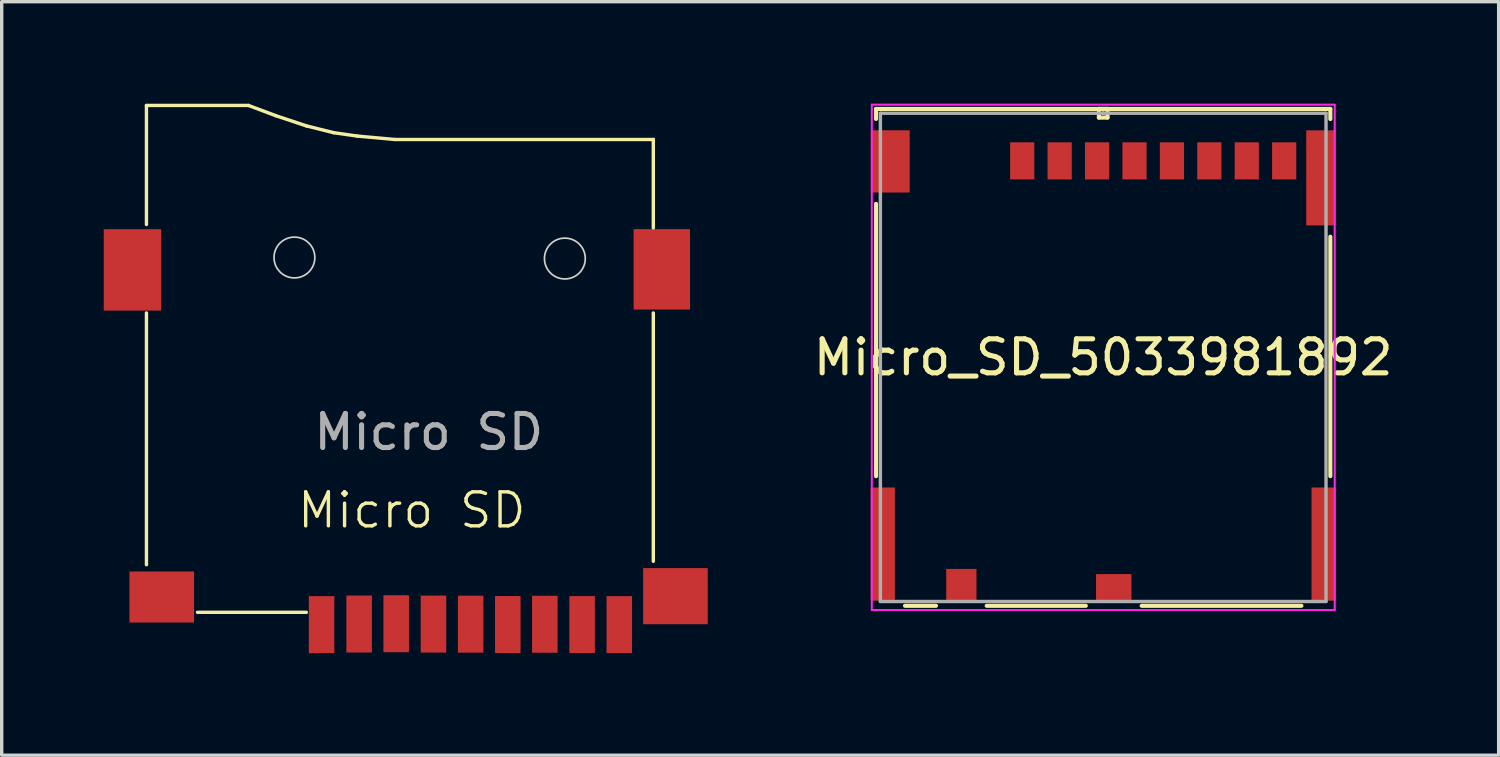
<source format=kicad_pcb>
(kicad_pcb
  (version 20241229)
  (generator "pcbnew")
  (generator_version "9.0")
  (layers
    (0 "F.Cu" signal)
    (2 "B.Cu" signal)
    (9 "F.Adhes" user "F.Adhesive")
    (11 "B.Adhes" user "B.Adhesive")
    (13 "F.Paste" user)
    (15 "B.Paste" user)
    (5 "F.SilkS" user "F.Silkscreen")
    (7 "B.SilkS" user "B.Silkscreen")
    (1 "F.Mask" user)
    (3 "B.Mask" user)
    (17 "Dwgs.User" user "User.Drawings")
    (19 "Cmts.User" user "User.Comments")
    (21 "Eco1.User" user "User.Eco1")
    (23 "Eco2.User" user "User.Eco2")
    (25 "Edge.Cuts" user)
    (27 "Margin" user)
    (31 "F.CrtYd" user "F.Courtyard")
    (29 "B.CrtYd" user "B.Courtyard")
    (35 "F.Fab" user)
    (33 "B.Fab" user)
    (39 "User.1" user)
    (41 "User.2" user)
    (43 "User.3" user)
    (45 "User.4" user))
  (footprint "Micro_SD_5033981892"
    (layer "F.Cu")
    (at 29.38 7.455)
    (property "Reference" "Micro_SD_5033981892" (at 0 0 0) (layer "F.SilkS") (effects (font (size 1 1) (thickness 0.15))))
    (attr through_hole)
    (fp_line (start -6.677 -7.303) (end -6.677 -7.008) (stroke (width 0.12) (type solid)) (layer "F.SilkS"))
    (fp_line (start -6.677 -4.513) (end -6.677 3.493) (stroke (width 0.12) (type solid)) (layer "F.SilkS"))
    (fp_line (start -5.827 7.303) (end -4.915 7.303) (stroke (width 0.12) (type solid)) (layer "F.SilkS"))
    (fp_line (start -3.425 7.303) (end -0.511 7.303) (stroke (width 0.12) (type solid)) (layer "F.SilkS"))
    (fp_line (start -0.127 -7.303) (end -0.127 -7.048) (stroke (width 0.12) (type solid)) (layer "F.SilkS"))
    (fp_line (start -0.127 -7.048) (end 0.127 -7.048) (stroke (width 0.12) (type solid)) (layer "F.SilkS"))
    (fp_line (start 0.127 -7.303) (end -0.127 -7.303) (stroke (width 0.12) (type solid)) (layer "F.SilkS"))
    (fp_line (start 0.127 -7.048) (end 0.127 -7.303) (stroke (width 0.12) (type solid)) (layer "F.SilkS"))
    (fp_line (start 1.131 7.303) (end 5.827 7.303) (stroke (width 0.12) (type solid)) (layer "F.SilkS"))
    (fp_line (start 6.677 -7.303) (end -6.677 -7.303) (stroke (width 0.12) (type solid)) (layer "F.SilkS"))
    (fp_line (start 6.677 -7.005) (end 6.677 -7.303) (stroke (width 0.12) (type solid)) (layer "F.SilkS"))
    (fp_line (start 6.677 3.493) (end 6.677 -3.546) (stroke (width 0.12) (type solid)) (layer "F.SilkS"))
    (fp_line (start -6.804 -7.429) (end -6.804 7.429) (stroke (width 0.05) (type solid)) (layer "F.CrtYd"))
    (fp_line (start -6.804 -7.429) (end -6.804 7.429) (stroke (width 0.05) (type solid)) (layer "F.CrtYd"))
    (fp_line (start -6.804 7.429) (end 6.804 7.429) (stroke (width 0.05) (type solid)) (layer "F.CrtYd"))
    (fp_line (start -6.804 7.429) (end 6.804 7.429) (stroke (width 0.05) (type solid)) (layer "F.CrtYd"))
    (fp_line (start 6.804 -7.429) (end -6.804 -7.429) (stroke (width 0.05) (type solid)) (layer "F.CrtYd"))
    (fp_line (start 6.804 -7.429) (end -6.804 -7.429) (stroke (width 0.05) (type solid)) (layer "F.CrtYd"))
    (fp_line (start 6.804 7.429) (end 6.804 -7.429) (stroke (width 0.05) (type solid)) (layer "F.CrtYd"))
    (fp_line (start 6.804 7.429) (end 6.804 -7.429) (stroke (width 0.05) (type solid)) (layer "F.CrtYd"))
    (fp_line (start -6.55 -7.176) (end -6.55 7.176) (stroke (width 0.1) (type solid)) (layer "F.Fab"))
    (fp_line (start -6.55 7.176) (end 6.55 7.176) (stroke (width 0.1) (type solid)) (layer "F.Fab"))
    (fp_line (start 0 -7.176) (end 0 -7.176) (stroke (width 0.1) (type solid)) (layer "F.Fab"))
    (fp_line (start 0 -7.176) (end 0 -7.176) (stroke (width 0.1) (type solid)) (layer "F.Fab"))
    (fp_line (start 0 -7.176) (end 0 -7.176) (stroke (width 0.1) (type solid)) (layer "F.Fab"))
    (fp_line (start 0 -7.176) (end 0 -7.176) (stroke (width 0.1) (type solid)) (layer "F.Fab"))
    (fp_line (start 6.55 -7.176) (end -6.55 -7.176) (stroke (width 0.1) (type solid)) (layer "F.Fab"))
    (fp_line (start 6.55 7.176) (end 6.55 -7.176) (stroke (width 0.1) (type solid)) (layer "F.Fab"))
    (pad "1" smd rect (at -2.38 -5.776) (size 0.711 1.092) (layers "F.Cu" "F.Mask" "F.Paste"))
    (pad "2" smd rect (at -1.28 -5.776) (size 0.711 1.092) (layers "F.Cu" "F.Mask" "F.Paste"))
    (pad "3" smd rect (at -0.18 -5.776) (size 0.711 1.092) (layers "F.Cu" "F.Mask" "F.Paste"))
    (pad "4" smd rect (at 0.92 -5.776) (size 0.711 1.092) (layers "F.Cu" "F.Mask" "F.Paste"))
    (pad "5" smd rect (at 2.02 -5.776) (size 0.711 1.092) (layers "F.Cu" "F.Mask" "F.Paste"))
    (pad "6" smd rect (at 3.12 -5.776) (size 0.711 1.092) (layers "F.Cu" "F.Mask" "F.Paste"))
    (pad "7" smd rect (at 4.22 -5.776) (size 0.711 1.092) (layers "F.Cu" "F.Mask" "F.Paste"))
    (pad "8" smd rect (at 5.32 -5.776) (size 0.711 1.092) (layers "F.Cu" "F.Mask" "F.Paste"))
    (pad "9" smd rect (at -4.17 6.689) (size 0.889 0.94) (layers "F.Cu" "F.Mask" "F.Paste"))
    (pad "10" smd rect (at 0.31 6.764) (size 1.041 0.787) (layers "F.Cu" "F.Mask" "F.Paste"))
    (pad "11" smd rect (at -6.26 -5.761) (size 1.143 1.829) (layers "F.Cu" "F.Mask" "F.Paste"))
    (pad "12" smd rect (at 6.4 -5.276) (size 0.864 2.794) (layers "F.Cu" "F.Mask" "F.Paste"))
    (pad "13" smd rect (at -6.48 5.489) (size 0.711 3.327) (layers "F.Cu" "F.Mask" "F.Paste"))
    (pad "14" smd rect (at 6.48 5.489) (size 0.711 3.327) (layers "F.Cu" "F.Mask" "F.Paste")))
  (footprint "Micro SD"
    (layer "F.Cu")
    (at 9.055 12.45)
    (property "Reference" "Micro SD" (at 0 -0.5 0) (unlocked yes) (layer "F.SilkS") (effects (font (size 1 1) (thickness 0.1))))
    (attr smd)
    (fp_line (start -7.8 -12.4) (end -7.8 -8.9) (stroke (width 0.1) (type default)) (layer "F.SilkS"))
    (fp_line (start -7.8 -12.4) (end -4.8 -12.4) (stroke (width 0.1) (type default)) (layer "F.SilkS"))
    (fp_line (start -7.8 1.1) (end -7.8 -6.3) (stroke (width 0.1) (type default)) (layer "F.SilkS"))
    (fp_line (start -4.8 -12.4) (end -4 -12.1) (stroke (width 0.1) (type default)) (layer "F.SilkS"))
    (fp_line (start -4 -12.1) (end -3.1 -11.8) (stroke (width 0.1) (type default)) (layer "F.SilkS"))
    (fp_line (start -3.1 -11.8) (end -2.3 -11.6) (stroke (width 0.1) (type default)) (layer "F.SilkS"))
    (fp_line (start -3.1 2.5) (end -6.3 2.5) (stroke (width 0.1) (type default)) (layer "F.SilkS"))
    (fp_line (start -2.3 -11.6) (end -1.6 -11.5) (stroke (width 0.1) (type default)) (layer "F.SilkS"))
    (fp_line (start -1.6 -11.5) (end -0.5 -11.4) (stroke (width 0.1) (type default)) (layer "F.SilkS"))
    (fp_line (start -0.5 -11.4) (end 7.1 -11.4) (stroke (width 0.1) (type default)) (layer "F.SilkS"))
    (fp_line (start 7.1 -11.4) (end 7.1 -8.8) (stroke (width 0.1) (type default)) (layer "F.SilkS"))
    (fp_line (start 7.1 -6.3) (end 7.1 1) (stroke (width 0.1) (type default)) (layer "F.SilkS"))
    (fp_circle (center -3.45 -7.93) (end -2.85 -7.93) (stroke (width 0.05) (type default)) (fill no) (layer "Edge.Cuts"))
    (fp_circle (center 4.5 -7.9) (end 5.1 -7.9) (stroke (width 0.05) (type default)) (fill no) (layer "Edge.Cuts"))
    (fp_text user "${REFERENCE}" (at 0.5 -2.8 0) (unlocked yes) (layer "F.Fab") (effects (font (size 1 1) (thickness 0.15))))
    (pad "1" smd rect (at -2.652 2.862 90) (size 1.675 0.75) (layers "F.Cu" "F.Mask" "F.Paste"))
    (pad "2" smd rect (at -1.548 2.844 90) (size 1.675 0.75) (layers "F.Cu" "F.Mask" "F.Paste"))
    (pad "3" smd rect (at -0.459 2.836 90) (size 1.675 0.75) (layers "F.Cu" "F.Mask" "F.Paste"))
    (pad "4" smd rect (at 0.637 2.846 90) (size 1.675 0.75) (layers "F.Cu" "F.Mask" "F.Paste"))
    (pad "5" smd rect (at 1.73 2.848 90) (size 1.675 0.75) (layers "F.Cu" "F.Mask" "F.Paste"))
    (pad "6" smd rect (at 2.822 2.859 90) (size 1.675 0.75) (layers "F.Cu" "F.Mask" "F.Paste"))
    (pad "7" smd rect (at 3.911 2.851 90) (size 1.675 0.75) (layers "F.Cu" "F.Mask" "F.Paste"))
    (pad "8" smd rect (at 5.007 2.86 90) (size 1.675 0.75) (layers "F.Cu" "F.Mask" "F.Paste"))
    (pad "9" smd rect (at 6.1 2.862 90) (size 1.675 0.75) (layers "F.Cu" "F.Mask" "F.Paste"))
    (pad "10" smd rect (at 7.75 2.025 90) (size 1.65 1.9) (layers "F.Cu" "F.Mask" "F.Paste"))
    (pad "11" smd rect (at 7.35 -7.582 90) (size 2.363 1.657) (layers "F.Cu" "F.Mask" "F.Paste"))
    (pad "12" smd rect (at -8.21 -7.566 90) (size 2.393 1.689) (layers "F.Cu" "F.Mask" "F.Paste"))
    (pad "13" smd rect (at -7.35 2.05 90) (size 1.5 1.9) (layers "F.Cu" "F.Mask" "F.Paste")))
  (gr_rect
    (start -3 -3)
    (end 41.005 19.15)
    (stroke (width 0.1) (type default))
    (fill no)
    (layer "Edge.Cuts")))
</source>
